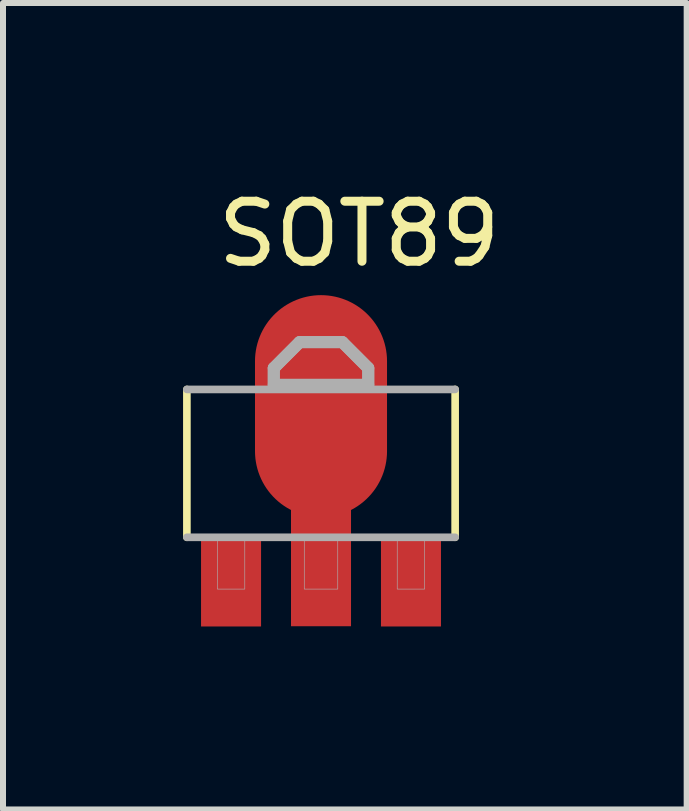
<source format=kicad_pcb>
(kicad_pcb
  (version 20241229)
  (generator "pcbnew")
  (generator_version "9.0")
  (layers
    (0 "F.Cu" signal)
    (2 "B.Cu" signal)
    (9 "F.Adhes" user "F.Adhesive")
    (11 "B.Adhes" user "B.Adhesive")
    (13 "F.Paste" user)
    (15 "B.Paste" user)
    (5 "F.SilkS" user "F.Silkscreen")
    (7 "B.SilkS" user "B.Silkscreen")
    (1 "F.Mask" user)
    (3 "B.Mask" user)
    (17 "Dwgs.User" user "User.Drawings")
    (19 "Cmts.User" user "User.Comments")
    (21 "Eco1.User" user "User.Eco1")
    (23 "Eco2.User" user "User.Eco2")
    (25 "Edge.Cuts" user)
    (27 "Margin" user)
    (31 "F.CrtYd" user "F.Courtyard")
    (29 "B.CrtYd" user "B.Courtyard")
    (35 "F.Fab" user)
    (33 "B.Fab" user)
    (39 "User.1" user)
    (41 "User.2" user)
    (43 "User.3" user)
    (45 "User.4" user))
  (footprint "SOT89"
    (layer "F.Cu")
    (at 2.299 4.658)
    (property "Reference" "SOT89" (at 0.635 -3.81 0) (layer "F.SilkS") (effects (font (size 1 1) (thickness 0.15))))
    (attr through_hole)
    (fp_poly (pts (xy -2.025 1.2) (xy -0.975 1.2) (xy -0.975 2.775) (xy -2.025 2.775)) (stroke (width 0.01) (type solid)) (fill yes) (layer "F.Mask"))
    (fp_poly (pts (xy -0.525 1.2) (xy 0.525 1.2) (xy 0.525 2.775) (xy -0.525 2.775)) (stroke (width 0.01) (type solid)) (fill yes) (layer "F.Mask"))
    (fp_poly (pts (xy 0.975 1.2) (xy 2.025 1.2) (xy 2.025 2.775) (xy 0.975 2.775)) (stroke (width 0.01) (type solid)) (fill yes) (layer "F.Mask"))
    (fp_line (start -2.235 1.245) (end -2.235 -1.219) (stroke (width 0.127) (type solid)) (layer "F.SilkS"))
    (fp_line (start 2.235 -1.219) (end 2.235 1.245) (stroke (width 0.127) (type solid)) (layer "F.SilkS"))
    (fp_poly (pts (xy -1.9 1.28) (xy -1.1 1.28) (xy -1.1 2.68) (xy -1.9 2.68)) (stroke (width 0.01) (type solid)) (fill yes) (layer "F.Paste"))
    (fp_poly (pts (xy -0.9 -2.2) (xy 0.9 -2.2) (xy 0.9 0) (xy -0.9 0)) (stroke (width 0.01) (type solid)) (fill yes) (layer "F.Paste"))
    (fp_poly (pts (xy -0.4 1.28) (xy 0.4 1.28) (xy 0.4 2.68) (xy -0.4 2.68)) (stroke (width 0.01) (type solid)) (fill yes) (layer "F.Paste"))
    (fp_poly (pts (xy 1.1 1.28) (xy 1.9 1.28) (xy 1.9 2.68) (xy 1.1 2.68)) (stroke (width 0.01) (type solid)) (fill yes) (layer "F.Paste"))
    (fp_line (start -2.235 -1.219) (end 2.235 -1.219) (stroke (width 0.127) (type solid)) (layer "F.Fab"))
    (fp_line (start -0.787 -1.575) (end -0.356 -2.007) (stroke (width 0.2) (type solid)) (layer "F.Fab"))
    (fp_line (start -0.787 -1.295) (end -0.787 -1.575) (stroke (width 0.2) (type solid)) (layer "F.Fab"))
    (fp_line (start -0.356 -2.007) (end 0.356 -2.007) (stroke (width 0.2) (type solid)) (layer "F.Fab"))
    (fp_line (start 0.356 -2.007) (end 0.787 -1.575) (stroke (width 0.2) (type solid)) (layer "F.Fab"))
    (fp_line (start 0.787 -1.575) (end 0.787 -1.295) (stroke (width 0.2) (type solid)) (layer "F.Fab"))
    (fp_line (start 0.787 -1.295) (end -0.787 -1.295) (stroke (width 0.2) (type solid)) (layer "F.Fab"))
    (fp_line (start 2.235 1.245) (end -2.235 1.245) (stroke (width 0.127) (type solid)) (layer "F.Fab"))
    (fp_poly (pts (xy -1.727 1.27) (xy -1.27 1.27) (xy -1.27 2.108) (xy -1.727 2.108)) (stroke (width 0.01) (type solid)) (fill no) (layer "F.Fab"))
    (fp_poly (pts (xy -0.279 1.27) (xy 0.279 1.27) (xy 0.279 2.108) (xy -0.279 2.108)) (stroke (width 0.01) (type solid)) (fill no) (layer "F.Fab"))
    (fp_poly (pts (xy 1.27 1.27) (xy 1.727 1.27) (xy 1.727 2.108) (xy 1.27 2.108)) (stroke (width 0.01) (type solid)) (fill no) (layer "F.Fab"))
    (fp_poly (pts (xy -0.787 -1.321) (xy -0.787 -1.575) (xy -0.356 -2.007) (xy 0.305 -2.007) (xy 0.356 -2.007) (xy 0.787 -1.575) (xy 0.787 -1.295) (xy -0.787 -1.295)) (stroke (width 0.2) (type solid)) (fill no) (layer "F.Fab"))
    (pad "1" smd rect (at -1.499 1.981) (size 1 1.5) (layers "F.Cu"))
    (pad "2" smd rect (at 0 1.727) (size 1 2) (layers "F.Cu"))
    (pad "2@1" smd oval (at 0 -0.94) (size 2.2 3.7) (layers "F.Cu" "F.Mask"))
    (pad "3" smd rect (at 1.499 1.981) (size 1 1.5) (layers "F.Cu")))
  (gr_rect
    (start -3 -3)
    (end 8.392 10.438)
    (stroke (width 0.1) (type default))
    (fill no)
    (layer "Edge.Cuts")))
</source>
